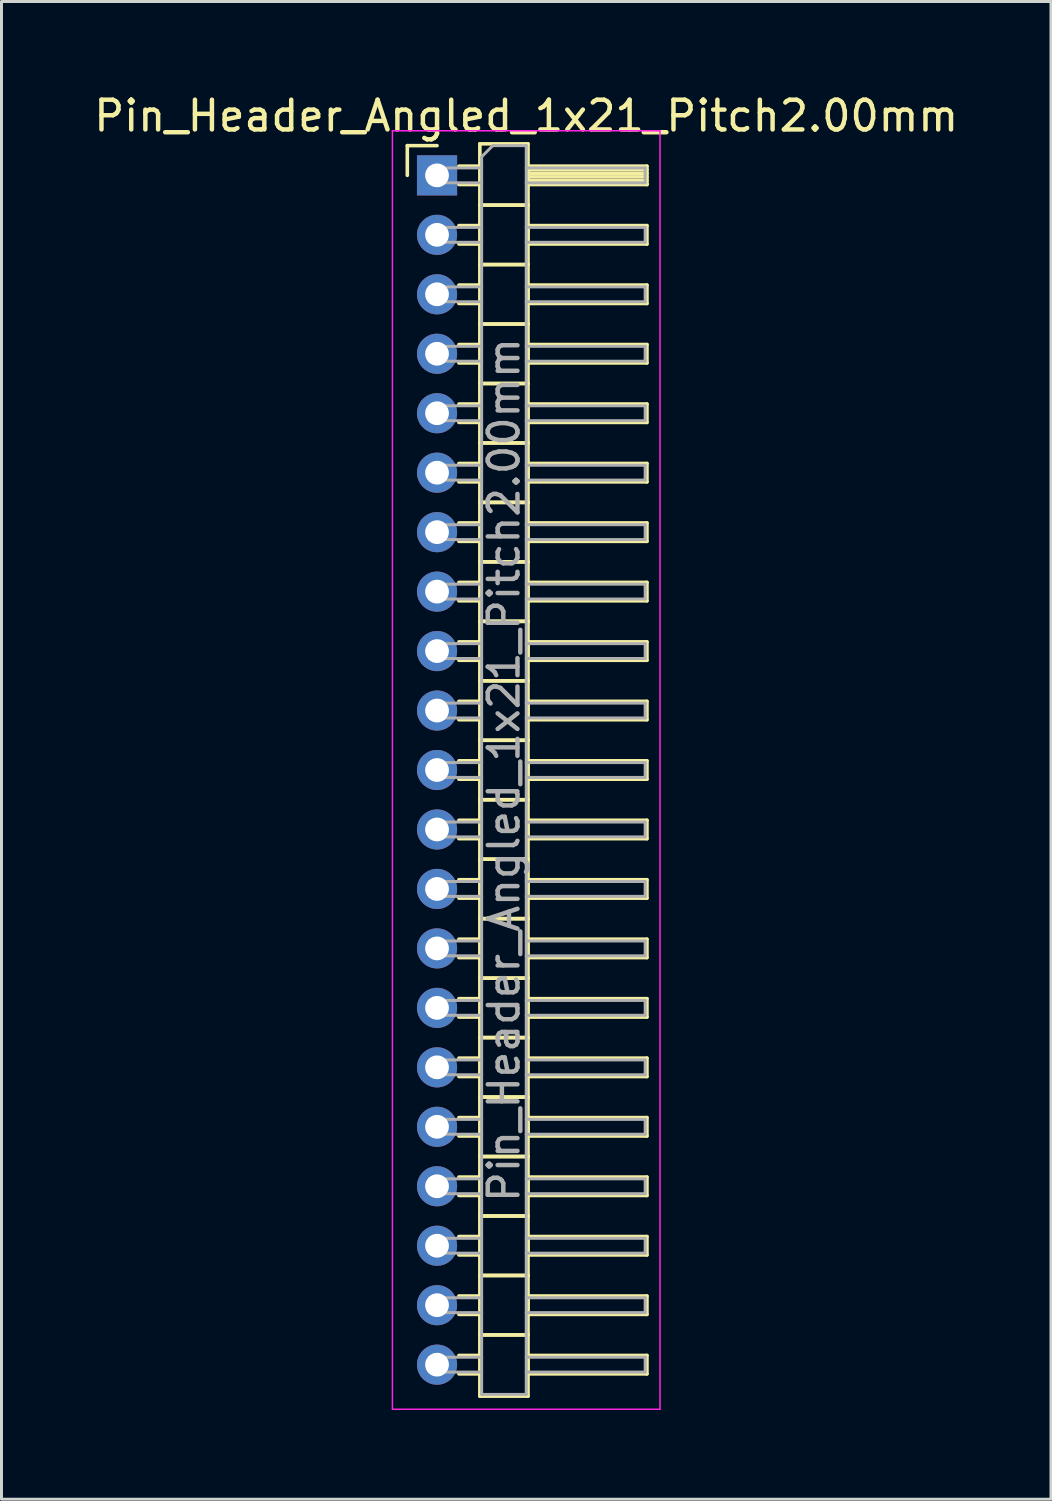
<source format=kicad_pcb>
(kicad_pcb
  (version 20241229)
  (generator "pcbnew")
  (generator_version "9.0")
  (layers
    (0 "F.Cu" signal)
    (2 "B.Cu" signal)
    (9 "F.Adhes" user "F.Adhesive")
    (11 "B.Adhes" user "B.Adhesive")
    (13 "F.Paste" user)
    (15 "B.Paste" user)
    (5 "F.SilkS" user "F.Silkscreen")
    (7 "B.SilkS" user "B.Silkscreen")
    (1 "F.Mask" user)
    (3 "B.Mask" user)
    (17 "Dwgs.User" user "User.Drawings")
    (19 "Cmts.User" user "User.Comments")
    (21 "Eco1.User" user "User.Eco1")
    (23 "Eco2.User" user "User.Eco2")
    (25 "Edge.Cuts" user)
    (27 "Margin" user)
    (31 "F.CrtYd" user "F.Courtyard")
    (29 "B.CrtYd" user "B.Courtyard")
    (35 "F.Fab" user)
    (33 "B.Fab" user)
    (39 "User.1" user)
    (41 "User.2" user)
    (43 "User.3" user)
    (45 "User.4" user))
  (footprint "Pin_Header_Angled_1x21_Pitch2.00mm"
    (layer "F.Cu")
    (at 11.649 2.848)
    (property "Reference" "Pin_Header_Angled_1x21_Pitch2.00mm" (at 3 -2 0) (layer "F.SilkS") (effects (font (size 1 1) (thickness 0.15))))
    (attr through_hole)
    (fp_line (start -1 -1) (end 0 -1) (stroke (width 0.12) (type solid)) (layer "F.SilkS"))
    (fp_line (start -1 0) (end -1 -1) (stroke (width 0.12) (type solid)) (layer "F.SilkS"))
    (fp_line (start 0.735 -0.31) (end 1.44 -0.31) (stroke (width 0.12) (type solid)) (layer "F.SilkS"))
    (fp_line (start 0.735 0.31) (end 1.44 0.31) (stroke (width 0.12) (type solid)) (layer "F.SilkS"))
    (fp_line (start 0.735 1.69) (end 1.44 1.69) (stroke (width 0.12) (type solid)) (layer "F.SilkS"))
    (fp_line (start 0.735 2.31) (end 1.44 2.31) (stroke (width 0.12) (type solid)) (layer "F.SilkS"))
    (fp_line (start 0.735 3.69) (end 1.44 3.69) (stroke (width 0.12) (type solid)) (layer "F.SilkS"))
    (fp_line (start 0.735 4.31) (end 1.44 4.31) (stroke (width 0.12) (type solid)) (layer "F.SilkS"))
    (fp_line (start 0.735 5.69) (end 1.44 5.69) (stroke (width 0.12) (type solid)) (layer "F.SilkS"))
    (fp_line (start 0.735 6.31) (end 1.44 6.31) (stroke (width 0.12) (type solid)) (layer "F.SilkS"))
    (fp_line (start 0.735 7.69) (end 1.44 7.69) (stroke (width 0.12) (type solid)) (layer "F.SilkS"))
    (fp_line (start 0.735 8.31) (end 1.44 8.31) (stroke (width 0.12) (type solid)) (layer "F.SilkS"))
    (fp_line (start 0.735 9.69) (end 1.44 9.69) (stroke (width 0.12) (type solid)) (layer "F.SilkS"))
    (fp_line (start 0.735 10.31) (end 1.44 10.31) (stroke (width 0.12) (type solid)) (layer "F.SilkS"))
    (fp_line (start 0.735 11.69) (end 1.44 11.69) (stroke (width 0.12) (type solid)) (layer "F.SilkS"))
    (fp_line (start 0.735 12.31) (end 1.44 12.31) (stroke (width 0.12) (type solid)) (layer "F.SilkS"))
    (fp_line (start 0.735 13.69) (end 1.44 13.69) (stroke (width 0.12) (type solid)) (layer "F.SilkS"))
    (fp_line (start 0.735 14.31) (end 1.44 14.31) (stroke (width 0.12) (type solid)) (layer "F.SilkS"))
    (fp_line (start 0.735 15.69) (end 1.44 15.69) (stroke (width 0.12) (type solid)) (layer "F.SilkS"))
    (fp_line (start 0.735 16.31) (end 1.44 16.31) (stroke (width 0.12) (type solid)) (layer "F.SilkS"))
    (fp_line (start 0.735 17.69) (end 1.44 17.69) (stroke (width 0.12) (type solid)) (layer "F.SilkS"))
    (fp_line (start 0.735 18.31) (end 1.44 18.31) (stroke (width 0.12) (type solid)) (layer "F.SilkS"))
    (fp_line (start 0.735 19.69) (end 1.44 19.69) (stroke (width 0.12) (type solid)) (layer "F.SilkS"))
    (fp_line (start 0.735 20.31) (end 1.44 20.31) (stroke (width 0.12) (type solid)) (layer "F.SilkS"))
    (fp_line (start 0.735 21.69) (end 1.44 21.69) (stroke (width 0.12) (type solid)) (layer "F.SilkS"))
    (fp_line (start 0.735 22.31) (end 1.44 22.31) (stroke (width 0.12) (type solid)) (layer "F.SilkS"))
    (fp_line (start 0.735 23.69) (end 1.44 23.69) (stroke (width 0.12) (type solid)) (layer "F.SilkS"))
    (fp_line (start 0.735 24.31) (end 1.44 24.31) (stroke (width 0.12) (type solid)) (layer "F.SilkS"))
    (fp_line (start 0.735 25.69) (end 1.44 25.69) (stroke (width 0.12) (type solid)) (layer "F.SilkS"))
    (fp_line (start 0.735 26.31) (end 1.44 26.31) (stroke (width 0.12) (type solid)) (layer "F.SilkS"))
    (fp_line (start 0.735 27.69) (end 1.44 27.69) (stroke (width 0.12) (type solid)) (layer "F.SilkS"))
    (fp_line (start 0.735 28.31) (end 1.44 28.31) (stroke (width 0.12) (type solid)) (layer "F.SilkS"))
    (fp_line (start 0.735 29.69) (end 1.44 29.69) (stroke (width 0.12) (type solid)) (layer "F.SilkS"))
    (fp_line (start 0.735 30.31) (end 1.44 30.31) (stroke (width 0.12) (type solid)) (layer "F.SilkS"))
    (fp_line (start 0.735 31.69) (end 1.44 31.69) (stroke (width 0.12) (type solid)) (layer "F.SilkS"))
    (fp_line (start 0.735 32.31) (end 1.44 32.31) (stroke (width 0.12) (type solid)) (layer "F.SilkS"))
    (fp_line (start 0.735 33.69) (end 1.44 33.69) (stroke (width 0.12) (type solid)) (layer "F.SilkS"))
    (fp_line (start 0.735 34.31) (end 1.44 34.31) (stroke (width 0.12) (type solid)) (layer "F.SilkS"))
    (fp_line (start 0.735 35.69) (end 1.44 35.69) (stroke (width 0.12) (type solid)) (layer "F.SilkS"))
    (fp_line (start 0.735 36.31) (end 1.44 36.31) (stroke (width 0.12) (type solid)) (layer "F.SilkS"))
    (fp_line (start 0.735 37.69) (end 1.44 37.69) (stroke (width 0.12) (type solid)) (layer "F.SilkS"))
    (fp_line (start 0.735 38.31) (end 1.44 38.31) (stroke (width 0.12) (type solid)) (layer "F.SilkS"))
    (fp_line (start 0.735 39.69) (end 1.44 39.69) (stroke (width 0.12) (type solid)) (layer "F.SilkS"))
    (fp_line (start 0.735 40.31) (end 1.44 40.31) (stroke (width 0.12) (type solid)) (layer "F.SilkS"))
    (fp_line (start 1.44 -1.06) (end 1.44 1) (stroke (width 0.12) (type solid)) (layer "F.SilkS"))
    (fp_line (start 1.44 1) (end 1.44 3) (stroke (width 0.12) (type solid)) (layer "F.SilkS"))
    (fp_line (start 1.44 1) (end 3.06 1) (stroke (width 0.12) (type solid)) (layer "F.SilkS"))
    (fp_line (start 1.44 3) (end 1.44 5) (stroke (width 0.12) (type solid)) (layer "F.SilkS"))
    (fp_line (start 1.44 3) (end 3.06 3) (stroke (width 0.12) (type solid)) (layer "F.SilkS"))
    (fp_line (start 1.44 5) (end 1.44 7) (stroke (width 0.12) (type solid)) (layer "F.SilkS"))
    (fp_line (start 1.44 5) (end 3.06 5) (stroke (width 0.12) (type solid)) (layer "F.SilkS"))
    (fp_line (start 1.44 7) (end 1.44 9) (stroke (width 0.12) (type solid)) (layer "F.SilkS"))
    (fp_line (start 1.44 7) (end 3.06 7) (stroke (width 0.12) (type solid)) (layer "F.SilkS"))
    (fp_line (start 1.44 9) (end 1.44 11) (stroke (width 0.12) (type solid)) (layer "F.SilkS"))
    (fp_line (start 1.44 9) (end 3.06 9) (stroke (width 0.12) (type solid)) (layer "F.SilkS"))
    (fp_line (start 1.44 11) (end 1.44 13) (stroke (width 0.12) (type solid)) (layer "F.SilkS"))
    (fp_line (start 1.44 11) (end 3.06 11) (stroke (width 0.12) (type solid)) (layer "F.SilkS"))
    (fp_line (start 1.44 13) (end 1.44 15) (stroke (width 0.12) (type solid)) (layer "F.SilkS"))
    (fp_line (start 1.44 13) (end 3.06 13) (stroke (width 0.12) (type solid)) (layer "F.SilkS"))
    (fp_line (start 1.44 15) (end 1.44 17) (stroke (width 0.12) (type solid)) (layer "F.SilkS"))
    (fp_line (start 1.44 15) (end 3.06 15) (stroke (width 0.12) (type solid)) (layer "F.SilkS"))
    (fp_line (start 1.44 17) (end 1.44 19) (stroke (width 0.12) (type solid)) (layer "F.SilkS"))
    (fp_line (start 1.44 17) (end 3.06 17) (stroke (width 0.12) (type solid)) (layer "F.SilkS"))
    (fp_line (start 1.44 19) (end 1.44 21) (stroke (width 0.12) (type solid)) (layer "F.SilkS"))
    (fp_line (start 1.44 19) (end 3.06 19) (stroke (width 0.12) (type solid)) (layer "F.SilkS"))
    (fp_line (start 1.44 21) (end 1.44 23) (stroke (width 0.12) (type solid)) (layer "F.SilkS"))
    (fp_line (start 1.44 21) (end 3.06 21) (stroke (width 0.12) (type solid)) (layer "F.SilkS"))
    (fp_line (start 1.44 23) (end 1.44 25) (stroke (width 0.12) (type solid)) (layer "F.SilkS"))
    (fp_line (start 1.44 23) (end 3.06 23) (stroke (width 0.12) (type solid)) (layer "F.SilkS"))
    (fp_line (start 1.44 25) (end 1.44 27) (stroke (width 0.12) (type solid)) (layer "F.SilkS"))
    (fp_line (start 1.44 25) (end 3.06 25) (stroke (width 0.12) (type solid)) (layer "F.SilkS"))
    (fp_line (start 1.44 27) (end 1.44 29) (stroke (width 0.12) (type solid)) (layer "F.SilkS"))
    (fp_line (start 1.44 27) (end 3.06 27) (stroke (width 0.12) (type solid)) (layer "F.SilkS"))
    (fp_line (start 1.44 29) (end 1.44 31) (stroke (width 0.12) (type solid)) (layer "F.SilkS"))
    (fp_line (start 1.44 29) (end 3.06 29) (stroke (width 0.12) (type solid)) (layer "F.SilkS"))
    (fp_line (start 1.44 31) (end 1.44 33) (stroke (width 0.12) (type solid)) (layer "F.SilkS"))
    (fp_line (start 1.44 31) (end 3.06 31) (stroke (width 0.12) (type solid)) (layer "F.SilkS"))
    (fp_line (start 1.44 33) (end 1.44 35) (stroke (width 0.12) (type solid)) (layer "F.SilkS"))
    (fp_line (start 1.44 33) (end 3.06 33) (stroke (width 0.12) (type solid)) (layer "F.SilkS"))
    (fp_line (start 1.44 35) (end 1.44 37) (stroke (width 0.12) (type solid)) (layer "F.SilkS"))
    (fp_line (start 1.44 35) (end 3.06 35) (stroke (width 0.12) (type solid)) (layer "F.SilkS"))
    (fp_line (start 1.44 37) (end 1.44 39) (stroke (width 0.12) (type solid)) (layer "F.SilkS"))
    (fp_line (start 1.44 37) (end 3.06 37) (stroke (width 0.12) (type solid)) (layer "F.SilkS"))
    (fp_line (start 1.44 39) (end 1.44 41.06) (stroke (width 0.12) (type solid)) (layer "F.SilkS"))
    (fp_line (start 1.44 39) (end 3.06 39) (stroke (width 0.12) (type solid)) (layer "F.SilkS"))
    (fp_line (start 1.44 41.06) (end 3.06 41.06) (stroke (width 0.12) (type solid)) (layer "F.SilkS"))
    (fp_line (start 3.06 -1.06) (end 1.44 -1.06) (stroke (width 0.12) (type solid)) (layer "F.SilkS"))
    (fp_line (start 3.06 -0.31) (end 3.06 0.31) (stroke (width 0.12) (type solid)) (layer "F.SilkS"))
    (fp_line (start 3.06 -0.19) (end 7.06 -0.19) (stroke (width 0.12) (type solid)) (layer "F.SilkS"))
    (fp_line (start 3.06 -0.07) (end 7.06 -0.07) (stroke (width 0.12) (type solid)) (layer "F.SilkS"))
    (fp_line (start 3.06 0.05) (end 7.06 0.05) (stroke (width 0.12) (type solid)) (layer "F.SilkS"))
    (fp_line (start 3.06 0.17) (end 7.06 0.17) (stroke (width 0.12) (type solid)) (layer "F.SilkS"))
    (fp_line (start 3.06 0.29) (end 7.06 0.29) (stroke (width 0.12) (type solid)) (layer "F.SilkS"))
    (fp_line (start 3.06 0.31) (end 7.06 0.31) (stroke (width 0.12) (type solid)) (layer "F.SilkS"))
    (fp_line (start 3.06 1) (end 1.44 1) (stroke (width 0.12) (type solid)) (layer "F.SilkS"))
    (fp_line (start 3.06 1) (end 3.06 -1.06) (stroke (width 0.12) (type solid)) (layer "F.SilkS"))
    (fp_line (start 3.06 1.69) (end 3.06 2.31) (stroke (width 0.12) (type solid)) (layer "F.SilkS"))
    (fp_line (start 3.06 2.31) (end 7.06 2.31) (stroke (width 0.12) (type solid)) (layer "F.SilkS"))
    (fp_line (start 3.06 3) (end 1.44 3) (stroke (width 0.12) (type solid)) (layer "F.SilkS"))
    (fp_line (start 3.06 3) (end 3.06 1) (stroke (width 0.12) (type solid)) (layer "F.SilkS"))
    (fp_line (start 3.06 3.69) (end 3.06 4.31) (stroke (width 0.12) (type solid)) (layer "F.SilkS"))
    (fp_line (start 3.06 4.31) (end 7.06 4.31) (stroke (width 0.12) (type solid)) (layer "F.SilkS"))
    (fp_line (start 3.06 5) (end 1.44 5) (stroke (width 0.12) (type solid)) (layer "F.SilkS"))
    (fp_line (start 3.06 5) (end 3.06 3) (stroke (width 0.12) (type solid)) (layer "F.SilkS"))
    (fp_line (start 3.06 5.69) (end 3.06 6.31) (stroke (width 0.12) (type solid)) (layer "F.SilkS"))
    (fp_line (start 3.06 6.31) (end 7.06 6.31) (stroke (width 0.12) (type solid)) (layer "F.SilkS"))
    (fp_line (start 3.06 7) (end 1.44 7) (stroke (width 0.12) (type solid)) (layer "F.SilkS"))
    (fp_line (start 3.06 7) (end 3.06 5) (stroke (width 0.12) (type solid)) (layer "F.SilkS"))
    (fp_line (start 3.06 7.69) (end 3.06 8.31) (stroke (width 0.12) (type solid)) (layer "F.SilkS"))
    (fp_line (start 3.06 8.31) (end 7.06 8.31) (stroke (width 0.12) (type solid)) (layer "F.SilkS"))
    (fp_line (start 3.06 9) (end 1.44 9) (stroke (width 0.12) (type solid)) (layer "F.SilkS"))
    (fp_line (start 3.06 9) (end 3.06 7) (stroke (width 0.12) (type solid)) (layer "F.SilkS"))
    (fp_line (start 3.06 9.69) (end 3.06 10.31) (stroke (width 0.12) (type solid)) (layer "F.SilkS"))
    (fp_line (start 3.06 10.31) (end 7.06 10.31) (stroke (width 0.12) (type solid)) (layer "F.SilkS"))
    (fp_line (start 3.06 11) (end 1.44 11) (stroke (width 0.12) (type solid)) (layer "F.SilkS"))
    (fp_line (start 3.06 11) (end 3.06 9) (stroke (width 0.12) (type solid)) (layer "F.SilkS"))
    (fp_line (start 3.06 11.69) (end 3.06 12.31) (stroke (width 0.12) (type solid)) (layer "F.SilkS"))
    (fp_line (start 3.06 12.31) (end 7.06 12.31) (stroke (width 0.12) (type solid)) (layer "F.SilkS"))
    (fp_line (start 3.06 13) (end 1.44 13) (stroke (width 0.12) (type solid)) (layer "F.SilkS"))
    (fp_line (start 3.06 13) (end 3.06 11) (stroke (width 0.12) (type solid)) (layer "F.SilkS"))
    (fp_line (start 3.06 13.69) (end 3.06 14.31) (stroke (width 0.12) (type solid)) (layer "F.SilkS"))
    (fp_line (start 3.06 14.31) (end 7.06 14.31) (stroke (width 0.12) (type solid)) (layer "F.SilkS"))
    (fp_line (start 3.06 15) (end 1.44 15) (stroke (width 0.12) (type solid)) (layer "F.SilkS"))
    (fp_line (start 3.06 15) (end 3.06 13) (stroke (width 0.12) (type solid)) (layer "F.SilkS"))
    (fp_line (start 3.06 15.69) (end 3.06 16.31) (stroke (width 0.12) (type solid)) (layer "F.SilkS"))
    (fp_line (start 3.06 16.31) (end 7.06 16.31) (stroke (width 0.12) (type solid)) (layer "F.SilkS"))
    (fp_line (start 3.06 17) (end 1.44 17) (stroke (width 0.12) (type solid)) (layer "F.SilkS"))
    (fp_line (start 3.06 17) (end 3.06 15) (stroke (width 0.12) (type solid)) (layer "F.SilkS"))
    (fp_line (start 3.06 17.69) (end 3.06 18.31) (stroke (width 0.12) (type solid)) (layer "F.SilkS"))
    (fp_line (start 3.06 18.31) (end 7.06 18.31) (stroke (width 0.12) (type solid)) (layer "F.SilkS"))
    (fp_line (start 3.06 19) (end 1.44 19) (stroke (width 0.12) (type solid)) (layer "F.SilkS"))
    (fp_line (start 3.06 19) (end 3.06 17) (stroke (width 0.12) (type solid)) (layer "F.SilkS"))
    (fp_line (start 3.06 19.69) (end 3.06 20.31) (stroke (width 0.12) (type solid)) (layer "F.SilkS"))
    (fp_line (start 3.06 20.31) (end 7.06 20.31) (stroke (width 0.12) (type solid)) (layer "F.SilkS"))
    (fp_line (start 3.06 21) (end 1.44 21) (stroke (width 0.12) (type solid)) (layer "F.SilkS"))
    (fp_line (start 3.06 21) (end 3.06 19) (stroke (width 0.12) (type solid)) (layer "F.SilkS"))
    (fp_line (start 3.06 21.69) (end 3.06 22.31) (stroke (width 0.12) (type solid)) (layer "F.SilkS"))
    (fp_line (start 3.06 22.31) (end 7.06 22.31) (stroke (width 0.12) (type solid)) (layer "F.SilkS"))
    (fp_line (start 3.06 23) (end 1.44 23) (stroke (width 0.12) (type solid)) (layer "F.SilkS"))
    (fp_line (start 3.06 23) (end 3.06 21) (stroke (width 0.12) (type solid)) (layer "F.SilkS"))
    (fp_line (start 3.06 23.69) (end 3.06 24.31) (stroke (width 0.12) (type solid)) (layer "F.SilkS"))
    (fp_line (start 3.06 24.31) (end 7.06 24.31) (stroke (width 0.12) (type solid)) (layer "F.SilkS"))
    (fp_line (start 3.06 25) (end 1.44 25) (stroke (width 0.12) (type solid)) (layer "F.SilkS"))
    (fp_line (start 3.06 25) (end 3.06 23) (stroke (width 0.12) (type solid)) (layer "F.SilkS"))
    (fp_line (start 3.06 25.69) (end 3.06 26.31) (stroke (width 0.12) (type solid)) (layer "F.SilkS"))
    (fp_line (start 3.06 26.31) (end 7.06 26.31) (stroke (width 0.12) (type solid)) (layer "F.SilkS"))
    (fp_line (start 3.06 27) (end 1.44 27) (stroke (width 0.12) (type solid)) (layer "F.SilkS"))
    (fp_line (start 3.06 27) (end 3.06 25) (stroke (width 0.12) (type solid)) (layer "F.SilkS"))
    (fp_line (start 3.06 27.69) (end 3.06 28.31) (stroke (width 0.12) (type solid)) (layer "F.SilkS"))
    (fp_line (start 3.06 28.31) (end 7.06 28.31) (stroke (width 0.12) (type solid)) (layer "F.SilkS"))
    (fp_line (start 3.06 29) (end 1.44 29) (stroke (width 0.12) (type solid)) (layer "F.SilkS"))
    (fp_line (start 3.06 29) (end 3.06 27) (stroke (width 0.12) (type solid)) (layer "F.SilkS"))
    (fp_line (start 3.06 29.69) (end 3.06 30.31) (stroke (width 0.12) (type solid)) (layer "F.SilkS"))
    (fp_line (start 3.06 30.31) (end 7.06 30.31) (stroke (width 0.12) (type solid)) (layer "F.SilkS"))
    (fp_line (start 3.06 31) (end 1.44 31) (stroke (width 0.12) (type solid)) (layer "F.SilkS"))
    (fp_line (start 3.06 31) (end 3.06 29) (stroke (width 0.12) (type solid)) (layer "F.SilkS"))
    (fp_line (start 3.06 31.69) (end 3.06 32.31) (stroke (width 0.12) (type solid)) (layer "F.SilkS"))
    (fp_line (start 3.06 32.31) (end 7.06 32.31) (stroke (width 0.12) (type solid)) (layer "F.SilkS"))
    (fp_line (start 3.06 33) (end 1.44 33) (stroke (width 0.12) (type solid)) (layer "F.SilkS"))
    (fp_line (start 3.06 33) (end 3.06 31) (stroke (width 0.12) (type solid)) (layer "F.SilkS"))
    (fp_line (start 3.06 33.69) (end 3.06 34.31) (stroke (width 0.12) (type solid)) (layer "F.SilkS"))
    (fp_line (start 3.06 34.31) (end 7.06 34.31) (stroke (width 0.12) (type solid)) (layer "F.SilkS"))
    (fp_line (start 3.06 35) (end 1.44 35) (stroke (width 0.12) (type solid)) (layer "F.SilkS"))
    (fp_line (start 3.06 35) (end 3.06 33) (stroke (width 0.12) (type solid)) (layer "F.SilkS"))
    (fp_line (start 3.06 35.69) (end 3.06 36.31) (stroke (width 0.12) (type solid)) (layer "F.SilkS"))
    (fp_line (start 3.06 36.31) (end 7.06 36.31) (stroke (width 0.12) (type solid)) (layer "F.SilkS"))
    (fp_line (start 3.06 37) (end 1.44 37) (stroke (width 0.12) (type solid)) (layer "F.SilkS"))
    (fp_line (start 3.06 37) (end 3.06 35) (stroke (width 0.12) (type solid)) (layer "F.SilkS"))
    (fp_line (start 3.06 37.69) (end 3.06 38.31) (stroke (width 0.12) (type solid)) (layer "F.SilkS"))
    (fp_line (start 3.06 38.31) (end 7.06 38.31) (stroke (width 0.12) (type solid)) (layer "F.SilkS"))
    (fp_line (start 3.06 39) (end 1.44 39) (stroke (width 0.12) (type solid)) (layer "F.SilkS"))
    (fp_line (start 3.06 39) (end 3.06 37) (stroke (width 0.12) (type solid)) (layer "F.SilkS"))
    (fp_line (start 3.06 39.69) (end 3.06 40.31) (stroke (width 0.12) (type solid)) (layer "F.SilkS"))
    (fp_line (start 3.06 40.31) (end 7.06 40.31) (stroke (width 0.12) (type solid)) (layer "F.SilkS"))
    (fp_line (start 3.06 41.06) (end 3.06 39) (stroke (width 0.12) (type solid)) (layer "F.SilkS"))
    (fp_line (start 7.06 -0.31) (end 3.06 -0.31) (stroke (width 0.12) (type solid)) (layer "F.SilkS"))
    (fp_line (start 7.06 0.31) (end 7.06 -0.31) (stroke (width 0.12) (type solid)) (layer "F.SilkS"))
    (fp_line (start 7.06 1.69) (end 3.06 1.69) (stroke (width 0.12) (type solid)) (layer "F.SilkS"))
    (fp_line (start 7.06 2.31) (end 7.06 1.69) (stroke (width 0.12) (type solid)) (layer "F.SilkS"))
    (fp_line (start 7.06 3.69) (end 3.06 3.69) (stroke (width 0.12) (type solid)) (layer "F.SilkS"))
    (fp_line (start 7.06 4.31) (end 7.06 3.69) (stroke (width 0.12) (type solid)) (layer "F.SilkS"))
    (fp_line (start 7.06 5.69) (end 3.06 5.69) (stroke (width 0.12) (type solid)) (layer "F.SilkS"))
    (fp_line (start 7.06 6.31) (end 7.06 5.69) (stroke (width 0.12) (type solid)) (layer "F.SilkS"))
    (fp_line (start 7.06 7.69) (end 3.06 7.69) (stroke (width 0.12) (type solid)) (layer "F.SilkS"))
    (fp_line (start 7.06 8.31) (end 7.06 7.69) (stroke (width 0.12) (type solid)) (layer "F.SilkS"))
    (fp_line (start 7.06 9.69) (end 3.06 9.69) (stroke (width 0.12) (type solid)) (layer "F.SilkS"))
    (fp_line (start 7.06 10.31) (end 7.06 9.69) (stroke (width 0.12) (type solid)) (layer "F.SilkS"))
    (fp_line (start 7.06 11.69) (end 3.06 11.69) (stroke (width 0.12) (type solid)) (layer "F.SilkS"))
    (fp_line (start 7.06 12.31) (end 7.06 11.69) (stroke (width 0.12) (type solid)) (layer "F.SilkS"))
    (fp_line (start 7.06 13.69) (end 3.06 13.69) (stroke (width 0.12) (type solid)) (layer "F.SilkS"))
    (fp_line (start 7.06 14.31) (end 7.06 13.69) (stroke (width 0.12) (type solid)) (layer "F.SilkS"))
    (fp_line (start 7.06 15.69) (end 3.06 15.69) (stroke (width 0.12) (type solid)) (layer "F.SilkS"))
    (fp_line (start 7.06 16.31) (end 7.06 15.69) (stroke (width 0.12) (type solid)) (layer "F.SilkS"))
    (fp_line (start 7.06 17.69) (end 3.06 17.69) (stroke (width 0.12) (type solid)) (layer "F.SilkS"))
    (fp_line (start 7.06 18.31) (end 7.06 17.69) (stroke (width 0.12) (type solid)) (layer "F.SilkS"))
    (fp_line (start 7.06 19.69) (end 3.06 19.69) (stroke (width 0.12) (type solid)) (layer "F.SilkS"))
    (fp_line (start 7.06 20.31) (end 7.06 19.69) (stroke (width 0.12) (type solid)) (layer "F.SilkS"))
    (fp_line (start 7.06 21.69) (end 3.06 21.69) (stroke (width 0.12) (type solid)) (layer "F.SilkS"))
    (fp_line (start 7.06 22.31) (end 7.06 21.69) (stroke (width 0.12) (type solid)) (layer "F.SilkS"))
    (fp_line (start 7.06 23.69) (end 3.06 23.69) (stroke (width 0.12) (type solid)) (layer "F.SilkS"))
    (fp_line (start 7.06 24.31) (end 7.06 23.69) (stroke (width 0.12) (type solid)) (layer "F.SilkS"))
    (fp_line (start 7.06 25.69) (end 3.06 25.69) (stroke (width 0.12) (type solid)) (layer "F.SilkS"))
    (fp_line (start 7.06 26.31) (end 7.06 25.69) (stroke (width 0.12) (type solid)) (layer "F.SilkS"))
    (fp_line (start 7.06 27.69) (end 3.06 27.69) (stroke (width 0.12) (type solid)) (layer "F.SilkS"))
    (fp_line (start 7.06 28.31) (end 7.06 27.69) (stroke (width 0.12) (type solid)) (layer "F.SilkS"))
    (fp_line (start 7.06 29.69) (end 3.06 29.69) (stroke (width 0.12) (type solid)) (layer "F.SilkS"))
    (fp_line (start 7.06 30.31) (end 7.06 29.69) (stroke (width 0.12) (type solid)) (layer "F.SilkS"))
    (fp_line (start 7.06 31.69) (end 3.06 31.69) (stroke (width 0.12) (type solid)) (layer "F.SilkS"))
    (fp_line (start 7.06 32.31) (end 7.06 31.69) (stroke (width 0.12) (type solid)) (layer "F.SilkS"))
    (fp_line (start 7.06 33.69) (end 3.06 33.69) (stroke (width 0.12) (type solid)) (layer "F.SilkS"))
    (fp_line (start 7.06 34.31) (end 7.06 33.69) (stroke (width 0.12) (type solid)) (layer "F.SilkS"))
    (fp_line (start 7.06 35.69) (end 3.06 35.69) (stroke (width 0.12) (type solid)) (layer "F.SilkS"))
    (fp_line (start 7.06 36.31) (end 7.06 35.69) (stroke (width 0.12) (type solid)) (layer "F.SilkS"))
    (fp_line (start 7.06 37.69) (end 3.06 37.69) (stroke (width 0.12) (type solid)) (layer "F.SilkS"))
    (fp_line (start 7.06 38.31) (end 7.06 37.69) (stroke (width 0.12) (type solid)) (layer "F.SilkS"))
    (fp_line (start 7.06 39.69) (end 3.06 39.69) (stroke (width 0.12) (type solid)) (layer "F.SilkS"))
    (fp_line (start 7.06 40.31) (end 7.06 39.69) (stroke (width 0.12) (type solid)) (layer "F.SilkS"))
    (fp_line (start -1.5 -1.5) (end -1.5 41.5) (stroke (width 0.05) (type solid)) (layer "F.CrtYd"))
    (fp_line (start -1.5 41.5) (end 7.5 41.5) (stroke (width 0.05) (type solid)) (layer "F.CrtYd"))
    (fp_line (start 7.5 -1.5) (end -1.5 -1.5) (stroke (width 0.05) (type solid)) (layer "F.CrtYd"))
    (fp_line (start 7.5 41.5) (end 7.5 -1.5) (stroke (width 0.05) (type solid)) (layer "F.CrtYd"))
    (fp_line (start -0.25 -0.25) (end -0.25 0.25) (stroke (width 0.1) (type solid)) (layer "F.Fab"))
    (fp_line (start -0.25 -0.25) (end 1.5 -0.25) (stroke (width 0.1) (type solid)) (layer "F.Fab"))
    (fp_line (start -0.25 0.25) (end 1.5 0.25) (stroke (width 0.1) (type solid)) (layer "F.Fab"))
    (fp_line (start -0.25 1.75) (end -0.25 2.25) (stroke (width 0.1) (type solid)) (layer "F.Fab"))
    (fp_line (start -0.25 1.75) (end 1.5 1.75) (stroke (width 0.1) (type solid)) (layer "F.Fab"))
    (fp_line (start -0.25 2.25) (end 1.5 2.25) (stroke (width 0.1) (type solid)) (layer "F.Fab"))
    (fp_line (start -0.25 3.75) (end -0.25 4.25) (stroke (width 0.1) (type solid)) (layer "F.Fab"))
    (fp_line (start -0.25 3.75) (end 1.5 3.75) (stroke (width 0.1) (type solid)) (layer "F.Fab"))
    (fp_line (start -0.25 4.25) (end 1.5 4.25) (stroke (width 0.1) (type solid)) (layer "F.Fab"))
    (fp_line (start -0.25 5.75) (end -0.25 6.25) (stroke (width 0.1) (type solid)) (layer "F.Fab"))
    (fp_line (start -0.25 5.75) (end 1.5 5.75) (stroke (width 0.1) (type solid)) (layer "F.Fab"))
    (fp_line (start -0.25 6.25) (end 1.5 6.25) (stroke (width 0.1) (type solid)) (layer "F.Fab"))
    (fp_line (start -0.25 7.75) (end -0.25 8.25) (stroke (width 0.1) (type solid)) (layer "F.Fab"))
    (fp_line (start -0.25 7.75) (end 1.5 7.75) (stroke (width 0.1) (type solid)) (layer "F.Fab"))
    (fp_line (start -0.25 8.25) (end 1.5 8.25) (stroke (width 0.1) (type solid)) (layer "F.Fab"))
    (fp_line (start -0.25 9.75) (end -0.25 10.25) (stroke (width 0.1) (type solid)) (layer "F.Fab"))
    (fp_line (start -0.25 9.75) (end 1.5 9.75) (stroke (width 0.1) (type solid)) (layer "F.Fab"))
    (fp_line (start -0.25 10.25) (end 1.5 10.25) (stroke (width 0.1) (type solid)) (layer "F.Fab"))
    (fp_line (start -0.25 11.75) (end -0.25 12.25) (stroke (width 0.1) (type solid)) (layer "F.Fab"))
    (fp_line (start -0.25 11.75) (end 1.5 11.75) (stroke (width 0.1) (type solid)) (layer "F.Fab"))
    (fp_line (start -0.25 12.25) (end 1.5 12.25) (stroke (width 0.1) (type solid)) (layer "F.Fab"))
    (fp_line (start -0.25 13.75) (end -0.25 14.25) (stroke (width 0.1) (type solid)) (layer "F.Fab"))
    (fp_line (start -0.25 13.75) (end 1.5 13.75) (stroke (width 0.1) (type solid)) (layer "F.Fab"))
    (fp_line (start -0.25 14.25) (end 1.5 14.25) (stroke (width 0.1) (type solid)) (layer "F.Fab"))
    (fp_line (start -0.25 15.75) (end -0.25 16.25) (stroke (width 0.1) (type solid)) (layer "F.Fab"))
    (fp_line (start -0.25 15.75) (end 1.5 15.75) (stroke (width 0.1) (type solid)) (layer "F.Fab"))
    (fp_line (start -0.25 16.25) (end 1.5 16.25) (stroke (width 0.1) (type solid)) (layer "F.Fab"))
    (fp_line (start -0.25 17.75) (end -0.25 18.25) (stroke (width 0.1) (type solid)) (layer "F.Fab"))
    (fp_line (start -0.25 17.75) (end 1.5 17.75) (stroke (width 0.1) (type solid)) (layer "F.Fab"))
    (fp_line (start -0.25 18.25) (end 1.5 18.25) (stroke (width 0.1) (type solid)) (layer "F.Fab"))
    (fp_line (start -0.25 19.75) (end -0.25 20.25) (stroke (width 0.1) (type solid)) (layer "F.Fab"))
    (fp_line (start -0.25 19.75) (end 1.5 19.75) (stroke (width 0.1) (type solid)) (layer "F.Fab"))
    (fp_line (start -0.25 20.25) (end 1.5 20.25) (stroke (width 0.1) (type solid)) (layer "F.Fab"))
    (fp_line (start -0.25 21.75) (end -0.25 22.25) (stroke (width 0.1) (type solid)) (layer "F.Fab"))
    (fp_line (start -0.25 21.75) (end 1.5 21.75) (stroke (width 0.1) (type solid)) (layer "F.Fab"))
    (fp_line (start -0.25 22.25) (end 1.5 22.25) (stroke (width 0.1) (type solid)) (layer "F.Fab"))
    (fp_line (start -0.25 23.75) (end -0.25 24.25) (stroke (width 0.1) (type solid)) (layer "F.Fab"))
    (fp_line (start -0.25 23.75) (end 1.5 23.75) (stroke (width 0.1) (type solid)) (layer "F.Fab"))
    (fp_line (start -0.25 24.25) (end 1.5 24.25) (stroke (width 0.1) (type solid)) (layer "F.Fab"))
    (fp_line (start -0.25 25.75) (end -0.25 26.25) (stroke (width 0.1) (type solid)) (layer "F.Fab"))
    (fp_line (start -0.25 25.75) (end 1.5 25.75) (stroke (width 0.1) (type solid)) (layer "F.Fab"))
    (fp_line (start -0.25 26.25) (end 1.5 26.25) (stroke (width 0.1) (type solid)) (layer "F.Fab"))
    (fp_line (start -0.25 27.75) (end -0.25 28.25) (stroke (width 0.1) (type solid)) (layer "F.Fab"))
    (fp_line (start -0.25 27.75) (end 1.5 27.75) (stroke (width 0.1) (type solid)) (layer "F.Fab"))
    (fp_line (start -0.25 28.25) (end 1.5 28.25) (stroke (width 0.1) (type solid)) (layer "F.Fab"))
    (fp_line (start -0.25 29.75) (end -0.25 30.25) (stroke (width 0.1) (type solid)) (layer "F.Fab"))
    (fp_line (start -0.25 29.75) (end 1.5 29.75) (stroke (width 0.1) (type solid)) (layer "F.Fab"))
    (fp_line (start -0.25 30.25) (end 1.5 30.25) (stroke (width 0.1) (type solid)) (layer "F.Fab"))
    (fp_line (start -0.25 31.75) (end -0.25 32.25) (stroke (width 0.1) (type solid)) (layer "F.Fab"))
    (fp_line (start -0.25 31.75) (end 1.5 31.75) (stroke (width 0.1) (type solid)) (layer "F.Fab"))
    (fp_line (start -0.25 32.25) (end 1.5 32.25) (stroke (width 0.1) (type solid)) (layer "F.Fab"))
    (fp_line (start -0.25 33.75) (end -0.25 34.25) (stroke (width 0.1) (type solid)) (layer "F.Fab"))
    (fp_line (start -0.25 33.75) (end 1.5 33.75) (stroke (width 0.1) (type solid)) (layer "F.Fab"))
    (fp_line (start -0.25 34.25) (end 1.5 34.25) (stroke (width 0.1) (type solid)) (layer "F.Fab"))
    (fp_line (start -0.25 35.75) (end -0.25 36.25) (stroke (width 0.1) (type solid)) (layer "F.Fab"))
    (fp_line (start -0.25 35.75) (end 1.5 35.75) (stroke (width 0.1) (type solid)) (layer "F.Fab"))
    (fp_line (start -0.25 36.25) (end 1.5 36.25) (stroke (width 0.1) (type solid)) (layer "F.Fab"))
    (fp_line (start -0.25 37.75) (end -0.25 38.25) (stroke (width 0.1) (type solid)) (layer "F.Fab"))
    (fp_line (start -0.25 37.75) (end 1.5 37.75) (stroke (width 0.1) (type solid)) (layer "F.Fab"))
    (fp_line (start -0.25 38.25) (end 1.5 38.25) (stroke (width 0.1) (type solid)) (layer "F.Fab"))
    (fp_line (start -0.25 39.75) (end -0.25 40.25) (stroke (width 0.1) (type solid)) (layer "F.Fab"))
    (fp_line (start -0.25 39.75) (end 1.5 39.75) (stroke (width 0.1) (type solid)) (layer "F.Fab"))
    (fp_line (start -0.25 40.25) (end 1.5 40.25) (stroke (width 0.1) (type solid)) (layer "F.Fab"))
    (fp_line (start 1.5 -0.625) (end 1.875 -1) (stroke (width 0.1) (type solid)) (layer "F.Fab"))
    (fp_line (start 1.5 41) (end 1.5 -0.625) (stroke (width 0.1) (type solid)) (layer "F.Fab"))
    (fp_line (start 1.875 -1) (end 3 -1) (stroke (width 0.1) (type solid)) (layer "F.Fab"))
    (fp_line (start 3 -1) (end 3 41) (stroke (width 0.1) (type solid)) (layer "F.Fab"))
    (fp_line (start 3 -0.25) (end 7 -0.25) (stroke (width 0.1) (type solid)) (layer "F.Fab"))
    (fp_line (start 3 0.25) (end 7 0.25) (stroke (width 0.1) (type solid)) (layer "F.Fab"))
    (fp_line (start 3 1.75) (end 7 1.75) (stroke (width 0.1) (type solid)) (layer "F.Fab"))
    (fp_line (start 3 2.25) (end 7 2.25) (stroke (width 0.1) (type solid)) (layer "F.Fab"))
    (fp_line (start 3 3.75) (end 7 3.75) (stroke (width 0.1) (type solid)) (layer "F.Fab"))
    (fp_line (start 3 4.25) (end 7 4.25) (stroke (width 0.1) (type solid)) (layer "F.Fab"))
    (fp_line (start 3 5.75) (end 7 5.75) (stroke (width 0.1) (type solid)) (layer "F.Fab"))
    (fp_line (start 3 6.25) (end 7 6.25) (stroke (width 0.1) (type solid)) (layer "F.Fab"))
    (fp_line (start 3 7.75) (end 7 7.75) (stroke (width 0.1) (type solid)) (layer "F.Fab"))
    (fp_line (start 3 8.25) (end 7 8.25) (stroke (width 0.1) (type solid)) (layer "F.Fab"))
    (fp_line (start 3 9.75) (end 7 9.75) (stroke (width 0.1) (type solid)) (layer "F.Fab"))
    (fp_line (start 3 10.25) (end 7 10.25) (stroke (width 0.1) (type solid)) (layer "F.Fab"))
    (fp_line (start 3 11.75) (end 7 11.75) (stroke (width 0.1) (type solid)) (layer "F.Fab"))
    (fp_line (start 3 12.25) (end 7 12.25) (stroke (width 0.1) (type solid)) (layer "F.Fab"))
    (fp_line (start 3 13.75) (end 7 13.75) (stroke (width 0.1) (type solid)) (layer "F.Fab"))
    (fp_line (start 3 14.25) (end 7 14.25) (stroke (width 0.1) (type solid)) (layer "F.Fab"))
    (fp_line (start 3 15.75) (end 7 15.75) (stroke (width 0.1) (type solid)) (layer "F.Fab"))
    (fp_line (start 3 16.25) (end 7 16.25) (stroke (width 0.1) (type solid)) (layer "F.Fab"))
    (fp_line (start 3 17.75) (end 7 17.75) (stroke (width 0.1) (type solid)) (layer "F.Fab"))
    (fp_line (start 3 18.25) (end 7 18.25) (stroke (width 0.1) (type solid)) (layer "F.Fab"))
    (fp_line (start 3 19.75) (end 7 19.75) (stroke (width 0.1) (type solid)) (layer "F.Fab"))
    (fp_line (start 3 20.25) (end 7 20.25) (stroke (width 0.1) (type solid)) (layer "F.Fab"))
    (fp_line (start 3 21.75) (end 7 21.75) (stroke (width 0.1) (type solid)) (layer "F.Fab"))
    (fp_line (start 3 22.25) (end 7 22.25) (stroke (width 0.1) (type solid)) (layer "F.Fab"))
    (fp_line (start 3 23.75) (end 7 23.75) (stroke (width 0.1) (type solid)) (layer "F.Fab"))
    (fp_line (start 3 24.25) (end 7 24.25) (stroke (width 0.1) (type solid)) (layer "F.Fab"))
    (fp_line (start 3 25.75) (end 7 25.75) (stroke (width 0.1) (type solid)) (layer "F.Fab"))
    (fp_line (start 3 26.25) (end 7 26.25) (stroke (width 0.1) (type solid)) (layer "F.Fab"))
    (fp_line (start 3 27.75) (end 7 27.75) (stroke (width 0.1) (type solid)) (layer "F.Fab"))
    (fp_line (start 3 28.25) (end 7 28.25) (stroke (width 0.1) (type solid)) (layer "F.Fab"))
    (fp_line (start 3 29.75) (end 7 29.75) (stroke (width 0.1) (type solid)) (layer "F.Fab"))
    (fp_line (start 3 30.25) (end 7 30.25) (stroke (width 0.1) (type solid)) (layer "F.Fab"))
    (fp_line (start 3 31.75) (end 7 31.75) (stroke (width 0.1) (type solid)) (layer "F.Fab"))
    (fp_line (start 3 32.25) (end 7 32.25) (stroke (width 0.1) (type solid)) (layer "F.Fab"))
    (fp_line (start 3 33.75) (end 7 33.75) (stroke (width 0.1) (type solid)) (layer "F.Fab"))
    (fp_line (start 3 34.25) (end 7 34.25) (stroke (width 0.1) (type solid)) (layer "F.Fab"))
    (fp_line (start 3 35.75) (end 7 35.75) (stroke (width 0.1) (type solid)) (layer "F.Fab"))
    (fp_line (start 3 36.25) (end 7 36.25) (stroke (width 0.1) (type solid)) (layer "F.Fab"))
    (fp_line (start 3 37.75) (end 7 37.75) (stroke (width 0.1) (type solid)) (layer "F.Fab"))
    (fp_line (start 3 38.25) (end 7 38.25) (stroke (width 0.1) (type solid)) (layer "F.Fab"))
    (fp_line (start 3 39.75) (end 7 39.75) (stroke (width 0.1) (type solid)) (layer "F.Fab"))
    (fp_line (start 3 40.25) (end 7 40.25) (stroke (width 0.1) (type solid)) (layer "F.Fab"))
    (fp_line (start 3 41) (end 1.5 41) (stroke (width 0.1) (type solid)) (layer "F.Fab"))
    (fp_line (start 7 -0.25) (end 7 0.25) (stroke (width 0.1) (type solid)) (layer "F.Fab"))
    (fp_line (start 7 1.75) (end 7 2.25) (stroke (width 0.1) (type solid)) (layer "F.Fab"))
    (fp_line (start 7 3.75) (end 7 4.25) (stroke (width 0.1) (type solid)) (layer "F.Fab"))
    (fp_line (start 7 5.75) (end 7 6.25) (stroke (width 0.1) (type solid)) (layer "F.Fab"))
    (fp_line (start 7 7.75) (end 7 8.25) (stroke (width 0.1) (type solid)) (layer "F.Fab"))
    (fp_line (start 7 9.75) (end 7 10.25) (stroke (width 0.1) (type solid)) (layer "F.Fab"))
    (fp_line (start 7 11.75) (end 7 12.25) (stroke (width 0.1) (type solid)) (layer "F.Fab"))
    (fp_line (start 7 13.75) (end 7 14.25) (stroke (width 0.1) (type solid)) (layer "F.Fab"))
    (fp_line (start 7 15.75) (end 7 16.25) (stroke (width 0.1) (type solid)) (layer "F.Fab"))
    (fp_line (start 7 17.75) (end 7 18.25) (stroke (width 0.1) (type solid)) (layer "F.Fab"))
    (fp_line (start 7 19.75) (end 7 20.25) (stroke (width 0.1) (type solid)) (layer "F.Fab"))
    (fp_line (start 7 21.75) (end 7 22.25) (stroke (width 0.1) (type solid)) (layer "F.Fab"))
    (fp_line (start 7 23.75) (end 7 24.25) (stroke (width 0.1) (type solid)) (layer "F.Fab"))
    (fp_line (start 7 25.75) (end 7 26.25) (stroke (width 0.1) (type solid)) (layer "F.Fab"))
    (fp_line (start 7 27.75) (end 7 28.25) (stroke (width 0.1) (type solid)) (layer "F.Fab"))
    (fp_line (start 7 29.75) (end 7 30.25) (stroke (width 0.1) (type solid)) (layer "F.Fab"))
    (fp_line (start 7 31.75) (end 7 32.25) (stroke (width 0.1) (type solid)) (layer "F.Fab"))
    (fp_line (start 7 33.75) (end 7 34.25) (stroke (width 0.1) (type solid)) (layer "F.Fab"))
    (fp_line (start 7 35.75) (end 7 36.25) (stroke (width 0.1) (type solid)) (layer "F.Fab"))
    (fp_line (start 7 37.75) (end 7 38.25) (stroke (width 0.1) (type solid)) (layer "F.Fab"))
    (fp_line (start 7 39.75) (end 7 40.25) (stroke (width 0.1) (type solid)) (layer "F.Fab"))
    (fp_text user "${REFERENCE}" (at 2.25 20 90) (layer "F.Fab") (effects (font (size 1 1) (thickness 0.15))))
    (pad "1" thru_hole rect (at 0 0) (size 1.35 1.35) (drill 0.8) (layers "*.Cu" "*.Mask"))
    (pad "2" thru_hole oval (at 0 2) (size 1.35 1.35) (drill 0.8) (layers "*.Cu" "*.Mask"))
    (pad "3" thru_hole oval (at 0 4) (size 1.35 1.35) (drill 0.8) (layers "*.Cu" "*.Mask"))
    (pad "4" thru_hole oval (at 0 6) (size 1.35 1.35) (drill 0.8) (layers "*.Cu" "*.Mask"))
    (pad "5" thru_hole oval (at 0 8) (size 1.35 1.35) (drill 0.8) (layers "*.Cu" "*.Mask"))
    (pad "6" thru_hole oval (at 0 10) (size 1.35 1.35) (drill 0.8) (layers "*.Cu" "*.Mask"))
    (pad "7" thru_hole oval (at 0 12) (size 1.35 1.35) (drill 0.8) (layers "*.Cu" "*.Mask"))
    (pad "8" thru_hole oval (at 0 14) (size 1.35 1.35) (drill 0.8) (layers "*.Cu" "*.Mask"))
    (pad "9" thru_hole oval (at 0 16) (size 1.35 1.35) (drill 0.8) (layers "*.Cu" "*.Mask"))
    (pad "10" thru_hole oval (at 0 18) (size 1.35 1.35) (drill 0.8) (layers "*.Cu" "*.Mask"))
    (pad "11" thru_hole oval (at 0 20) (size 1.35 1.35) (drill 0.8) (layers "*.Cu" "*.Mask"))
    (pad "12" thru_hole oval (at 0 22) (size 1.35 1.35) (drill 0.8) (layers "*.Cu" "*.Mask"))
    (pad "13" thru_hole oval (at 0 24) (size 1.35 1.35) (drill 0.8) (layers "*.Cu" "*.Mask"))
    (pad "14" thru_hole oval (at 0 26) (size 1.35 1.35) (drill 0.8) (layers "*.Cu" "*.Mask"))
    (pad "15" thru_hole oval (at 0 28) (size 1.35 1.35) (drill 0.8) (layers "*.Cu" "*.Mask"))
    (pad "16" thru_hole oval (at 0 30) (size 1.35 1.35) (drill 0.8) (layers "*.Cu" "*.Mask"))
    (pad "17" thru_hole oval (at 0 32) (size 1.35 1.35) (drill 0.8) (layers "*.Cu" "*.Mask"))
    (pad "18" thru_hole oval (at 0 34) (size 1.35 1.35) (drill 0.8) (layers "*.Cu" "*.Mask"))
    (pad "19" thru_hole oval (at 0 36) (size 1.35 1.35) (drill 0.8) (layers "*.Cu" "*.Mask"))
    (pad "20" thru_hole oval (at 0 38) (size 1.35 1.35) (drill 0.8) (layers "*.Cu" "*.Mask"))
    (pad "21" thru_hole oval (at 0 40) (size 1.35 1.35) (drill 0.8) (layers "*.Cu" "*.Mask")))
  (gr_rect
    (start -3 -3)
    (end 32.298 47.373)
    (stroke (width 0.1) (type default))
    (fill no)
    (layer "Edge.Cuts")))
</source>
